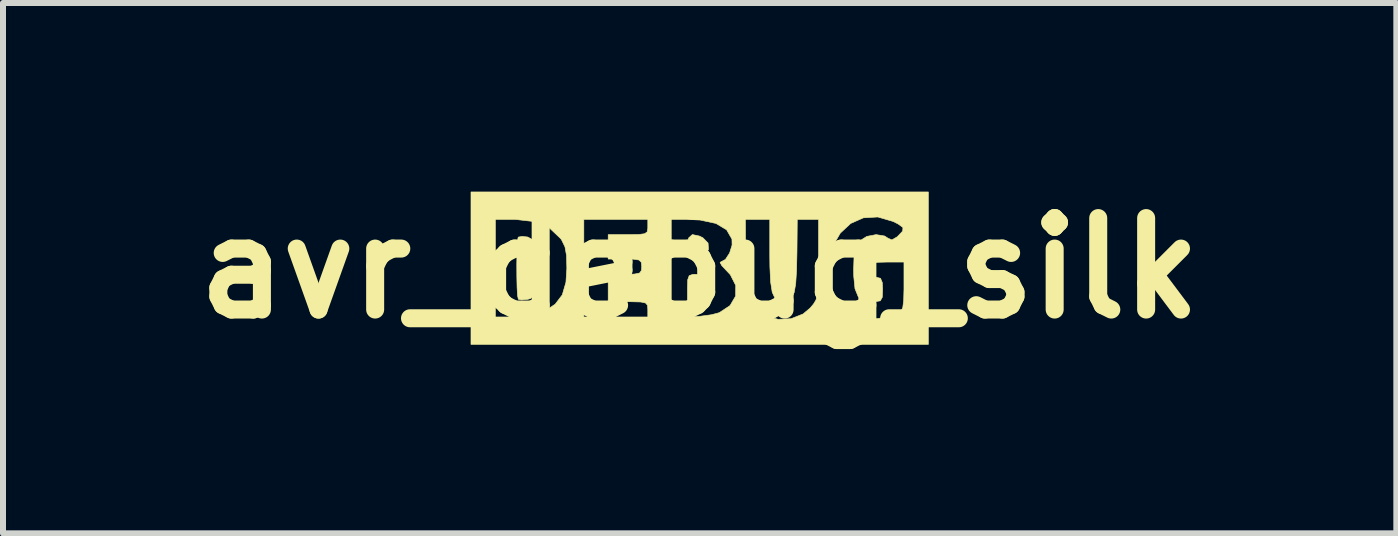
<source format=kicad_pcb>
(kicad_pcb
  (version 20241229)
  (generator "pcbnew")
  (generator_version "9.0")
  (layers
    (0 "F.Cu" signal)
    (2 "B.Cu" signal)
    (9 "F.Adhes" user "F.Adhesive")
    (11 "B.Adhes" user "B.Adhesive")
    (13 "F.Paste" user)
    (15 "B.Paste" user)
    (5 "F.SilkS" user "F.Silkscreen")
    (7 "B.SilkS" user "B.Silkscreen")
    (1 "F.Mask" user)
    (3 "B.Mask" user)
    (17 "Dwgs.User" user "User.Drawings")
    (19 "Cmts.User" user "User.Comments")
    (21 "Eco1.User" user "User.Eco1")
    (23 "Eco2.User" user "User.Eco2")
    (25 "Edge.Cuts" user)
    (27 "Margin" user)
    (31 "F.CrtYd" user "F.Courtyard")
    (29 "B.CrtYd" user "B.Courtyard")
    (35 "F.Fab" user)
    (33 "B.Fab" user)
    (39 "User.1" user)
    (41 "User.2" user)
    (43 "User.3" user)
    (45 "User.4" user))
  (footprint "avr_debug_silk"
    (layer "F.Cu")
    (at 8.607 1.418)
    (property "Reference" "avr_debug_silk" (at 0 0 0) (layer "F.SilkS") (effects (font (size 1.524 1.524) (thickness 0.3))))
    (attr through_hole)
    (fp_poly (pts (xy -0.004 -0.535) (xy 0.054 -0.506) (xy 0.14 -0.418) (xy 0.147 -0.312) (xy 0.087 -0.216) (xy -0.029 -0.158) (xy -0.086 -0.152) (xy -0.162 -0.165) (xy -0.196 -0.223) (xy -0.203 -0.353) (xy -0.203 -0.356) (xy -0.185 -0.502) (xy -0.122 -0.56) (xy -0.004 -0.535)) (stroke (width 0.01) (type solid)) (fill yes) (layer "F.SilkS"))
    (fp_poly (pts (xy 0.1 0.137) (xy 0.188 0.24) (xy 0.203 0.337) (xy 0.194 0.425) (xy 0.151 0.476) (xy 0.045 0.513) (xy -0.038 0.531) (xy -0.203 0.567) (xy -0.203 0.334) (xy -0.199 0.192) (xy -0.174 0.124) (xy -0.113 0.103) (xy -0.061 0.102) (xy 0.1 0.137)) (stroke (width 0.01) (type solid)) (fill yes) (layer "F.SilkS"))
    (fp_poly (pts (xy -2.864 -0.519) (xy -2.738 -0.449) (xy -2.652 -0.311) (xy -2.606 -0.13) (xy -2.6 0.068) (xy -2.633 0.256) (xy -2.706 0.411) (xy -2.819 0.506) (xy -2.864 0.519) (xy -2.971 0.529) (xy -3.021 0.518) (xy -3.034 0.457) (xy -3.042 0.323) (xy -3.046 0.142) (xy -3.047 -0.059) (xy -3.044 -0.251) (xy -3.038 -0.409) (xy -3.027 -0.503) (xy -3.021 -0.518) (xy -2.957 -0.529) (xy -2.864 -0.519)) (stroke (width 0.01) (type solid)) (fill yes) (layer "F.SilkS"))
    (fp_poly (pts (xy 3.81 1.27) (xy -3.81 1.27) (xy -3.81 0.813) (xy -3.404 0.813) (xy -3.086 0.813) (xy -2.814 0.791) (xy -2.606 0.729) (xy -2.594 0.724) (xy -2.407 0.6) (xy -2.289 0.445) (xy -2.228 0.235) (xy -2.213 0.004) (xy -2.218 -0.21) (xy -2.244 -0.355) (xy -2.298 -0.466) (xy -2.315 -0.492) (xy -2.503 -0.67) (xy -2.754 -0.776) (xy -3.075 -0.813) (xy -3.086 -0.813) (xy -3.404 -0.813) (xy -1.93 -0.813) (xy -1.93 0.813) (xy -0.864 0.813) (xy -0.61 0.813) (xy -0.227 0.813) (xy -0.005 0.803) (xy 0.196 0.776) (xy 0.328 0.741) (xy 0.506 0.623) (xy 0.599 0.465) (xy 0.601 0.287) (xy 0.511 0.109) (xy 0.452 0.046) (xy 0.368 -0.043) (xy 0.34 -0.095) (xy 0.349 -0.102) (xy 0.43 -0.146) (xy 0.499 -0.253) (xy 0.54 -0.385) (xy 0.538 -0.484) (xy 0.449 -0.639) (xy 0.272 -0.745) (xy 0.007 -0.802) (xy -0.216 -0.813) (xy -0.61 -0.813) (xy 0.762 -0.813) (xy 0.765 -0.241) (xy 0.771 0.009) (xy 0.787 0.24) (xy 0.809 0.421) (xy 0.828 0.508) (xy 0.936 0.681) (xy 1.104 0.797) (xy 1.308 0.852) (xy 1.523 0.842) (xy 1.723 0.763) (xy 1.84 0.665) (xy 1.898 0.596) (xy 1.937 0.531) (xy 1.962 0.448) (xy 1.975 0.326) (xy 1.98 0.147) (xy 1.981 -0.105) (xy 2.154 -0.105) (xy 2.162 0.19) (xy 2.183 0.298) (xy 2.285 0.556) (xy 2.448 0.733) (xy 2.672 0.828) (xy 2.955 0.841) (xy 2.958 0.84) (xy 3.125 0.815) (xy 3.264 0.778) (xy 3.301 0.763) (xy 3.353 0.723) (xy 3.384 0.656) (xy 3.399 0.54) (xy 3.404 0.35) (xy 3.404 0.303) (xy 3.404 -0.102) (xy 3.124 -0.102) (xy 2.964 -0.098) (xy 2.881 -0.081) (xy 2.849 -0.038) (xy 2.845 0.025) (xy 2.869 0.125) (xy 2.946 0.152) (xy 3.013 0.169) (xy 3.042 0.238) (xy 3.048 0.356) (xy 3.042 0.486) (xy 3.009 0.544) (xy 2.924 0.558) (xy 2.876 0.559) (xy 2.734 0.54) (xy 2.641 0.473) (xy 2.588 0.343) (xy 2.567 0.135) (xy 2.565 0.023) (xy 2.572 -0.19) (xy 2.595 -0.33) (xy 2.639 -0.424) (xy 2.662 -0.452) (xy 2.784 -0.529) (xy 2.939 -0.559) (xy 3.081 -0.536) (xy 3.138 -0.499) (xy 3.203 -0.471) (xy 3.289 -0.521) (xy 3.301 -0.532) (xy 3.382 -0.617) (xy 3.387 -0.677) (xy 3.309 -0.735) (xy 3.224 -0.778) (xy 2.968 -0.853) (xy 2.728 -0.839) (xy 2.516 -0.745) (xy 2.343 -0.584) (xy 2.218 -0.367) (xy 2.154 -0.105) (xy 1.981 -0.105) (xy 1.981 -0.111) (xy 1.981 -0.153) (xy 1.981 -0.813) (xy 1.626 -0.813) (xy 1.621 -0.267) (xy 1.614 0.039) (xy 1.6 0.258) (xy 1.575 0.404) (xy 1.534 0.492) (xy 1.475 0.538) (xy 1.423 0.551) (xy 1.325 0.549) (xy 1.256 0.503) (xy 1.209 0.401) (xy 1.182 0.229) (xy 1.17 -0.024) (xy 1.168 -0.213) (xy 1.168 -0.813) (xy 0.762 -0.813) (xy -0.61 -0.813) (xy -0.61 0.813) (xy -0.864 0.813) (xy -0.864 0.686) (xy -0.869 0.618) (xy -0.902 0.58) (xy -0.985 0.563) (xy -1.14 0.559) (xy -1.194 0.559) (xy -1.524 0.559) (xy -1.524 0.102) (xy -1.245 0.102) (xy -1.085 0.098) (xy -1.001 0.081) (xy -0.97 0.038) (xy -0.965 -0.025) (xy -0.972 -0.098) (xy -1.011 -0.136) (xy -1.105 -0.15) (xy -1.245 -0.152) (xy -1.524 -0.152) (xy -1.524 -0.559) (xy -1.194 -0.559) (xy -1.016 -0.561) (xy -0.917 -0.574) (xy -0.874 -0.605) (xy -0.864 -0.665) (xy -0.864 -0.686) (xy -0.864 -0.813) (xy -1.93 -0.813) (xy -3.404 -0.813) (xy -3.404 0.813) (xy -3.81 0.813) (xy -3.81 -1.27) (xy 3.81 -1.27) (xy 3.81 1.27)) (stroke (width 0.01) (type solid)) (fill yes) (layer "F.SilkS")))
  (gr_rect
    (start -3 -3)
    (end 20.214 5.836)
    (stroke (width 0.1) (type default))
    (fill no)
    (layer "Edge.Cuts")))
</source>
